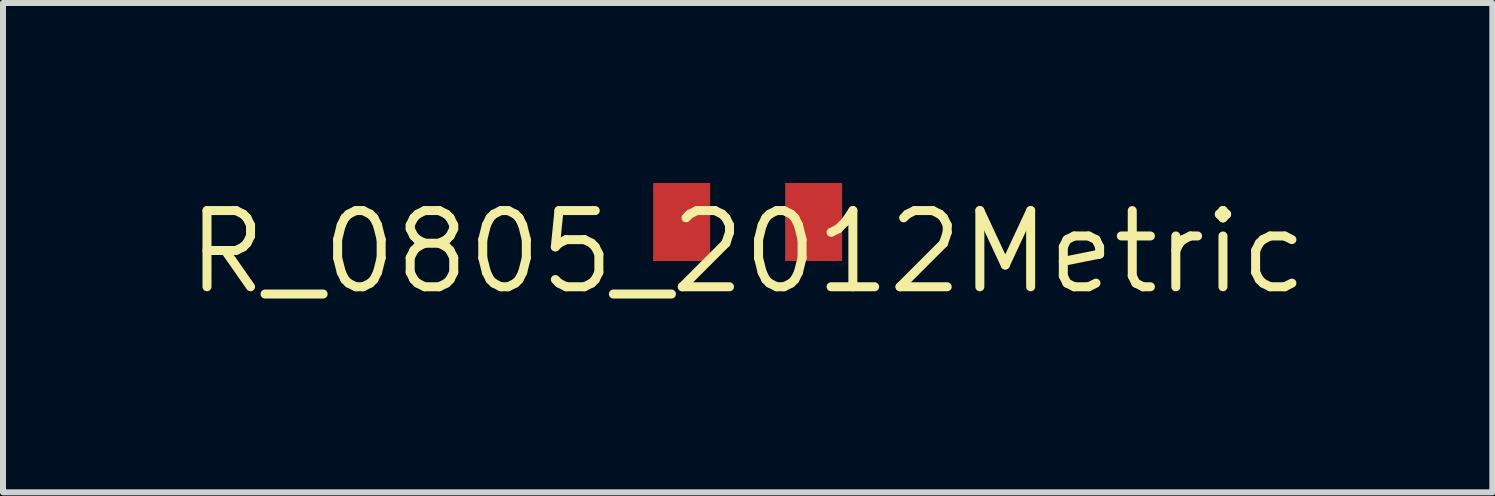
<source format=kicad_pcb>
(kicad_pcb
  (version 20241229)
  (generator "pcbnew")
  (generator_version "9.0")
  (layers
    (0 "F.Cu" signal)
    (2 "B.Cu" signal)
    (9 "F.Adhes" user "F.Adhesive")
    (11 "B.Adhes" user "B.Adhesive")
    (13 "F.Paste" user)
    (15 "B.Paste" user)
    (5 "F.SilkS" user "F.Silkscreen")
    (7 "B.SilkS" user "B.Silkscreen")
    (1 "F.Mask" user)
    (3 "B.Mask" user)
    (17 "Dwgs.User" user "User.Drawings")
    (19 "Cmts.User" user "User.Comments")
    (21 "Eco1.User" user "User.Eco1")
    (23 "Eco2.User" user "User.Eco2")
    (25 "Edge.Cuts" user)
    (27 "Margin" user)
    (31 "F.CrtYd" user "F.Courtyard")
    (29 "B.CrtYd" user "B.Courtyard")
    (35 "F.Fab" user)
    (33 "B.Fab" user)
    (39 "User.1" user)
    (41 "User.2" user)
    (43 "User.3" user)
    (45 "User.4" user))
  (footprint "R_0805_2012Metric"
    (layer "F.Cu")
    (at 9.411 0.65)
    (property "Reference" "R_0805_2012Metric" (at 0 0.5 0) (layer "F.SilkS") (effects (font (size 1.27 1.27) (thickness 0.15))))
    (attr through_hole)
    (pad "1" smd rect (at -1.1 0) (size 0.95 1.3) (layers "F.Cu" "F.Mask" "F.Paste"))
    (pad "2" smd rect (at 1.1 0) (size 0.95 1.3) (layers "F.Cu" "F.Mask" "F.Paste")))
  (gr_rect
    (start -3 -3)
    (end 21.823 5.156)
    (stroke (width 0.1) (type default))
    (fill no)
    (layer "Edge.Cuts")))
</source>
